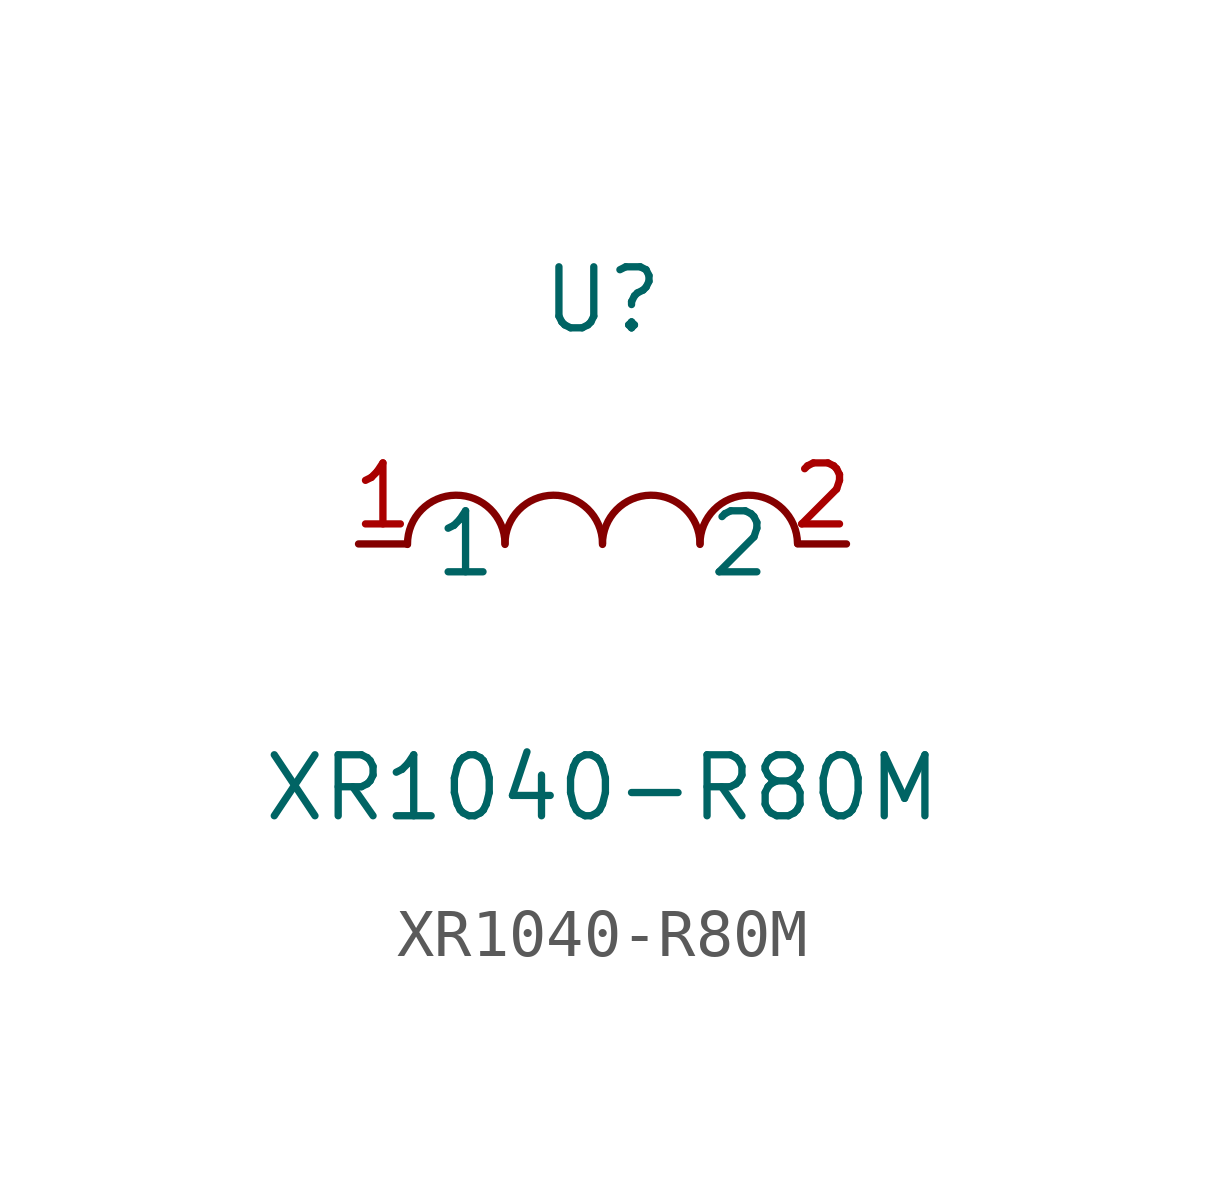
<source format=kicad_sym>
(kicad_symbol_lib
  (version 20211014)
  (generator https://github.com/uPesy/easyeda2kicad.py)
  (symbol "XR1040-R80M"
    (property "Reference" "U"
      (at 0 5.08 0)
      (effects (font (size 1.27 1.27))))
    (property "Value" "XR1040-R80M"
      (at 0 -5.08 0)
      (effects (font (size 1.27 1.27))))
    (symbol "XR1040-R80M_0_1"
      (arc (start -4.06 -0.01) (mid -2.83 0.99) (end -2.03 0.01) (stroke (width 0) (type default) (color 0 0 0 0)) (fill (type none)))
      (arc (start -2.03 -0.01) (mid -0.80 0.99) (end 0.00 0.01) (stroke (width 0) (type default) (color 0 0 0 0)) (fill (type none)))
      (arc (start 2.03 -0.01) (mid 3.26 0.99) (end 4.06 0.01) (stroke (width 0) (type default) (color 0 0 0 0)) (fill (type none)))
      (arc (start 0.00 -0.01) (mid 1.23 0.99) (end 2.03 0.01) (stroke (width 0) (type default) (color 0 0 0 0)) (fill (type none)))
      (pin unspecified line (at 5.08 -0.00 180) (length 1.016) (name "2" (effects (font (size 1.27 1.27)))) (number "2" (effects (font (size 1.27 1.27)))))
      (pin unspecified line (at -5.08 -0.00 0) (length 1.016) (name "1" (effects (font (size 1.27 1.27)))) (number "1" (effects (font (size 1.27 1.27))))))))
</source>
